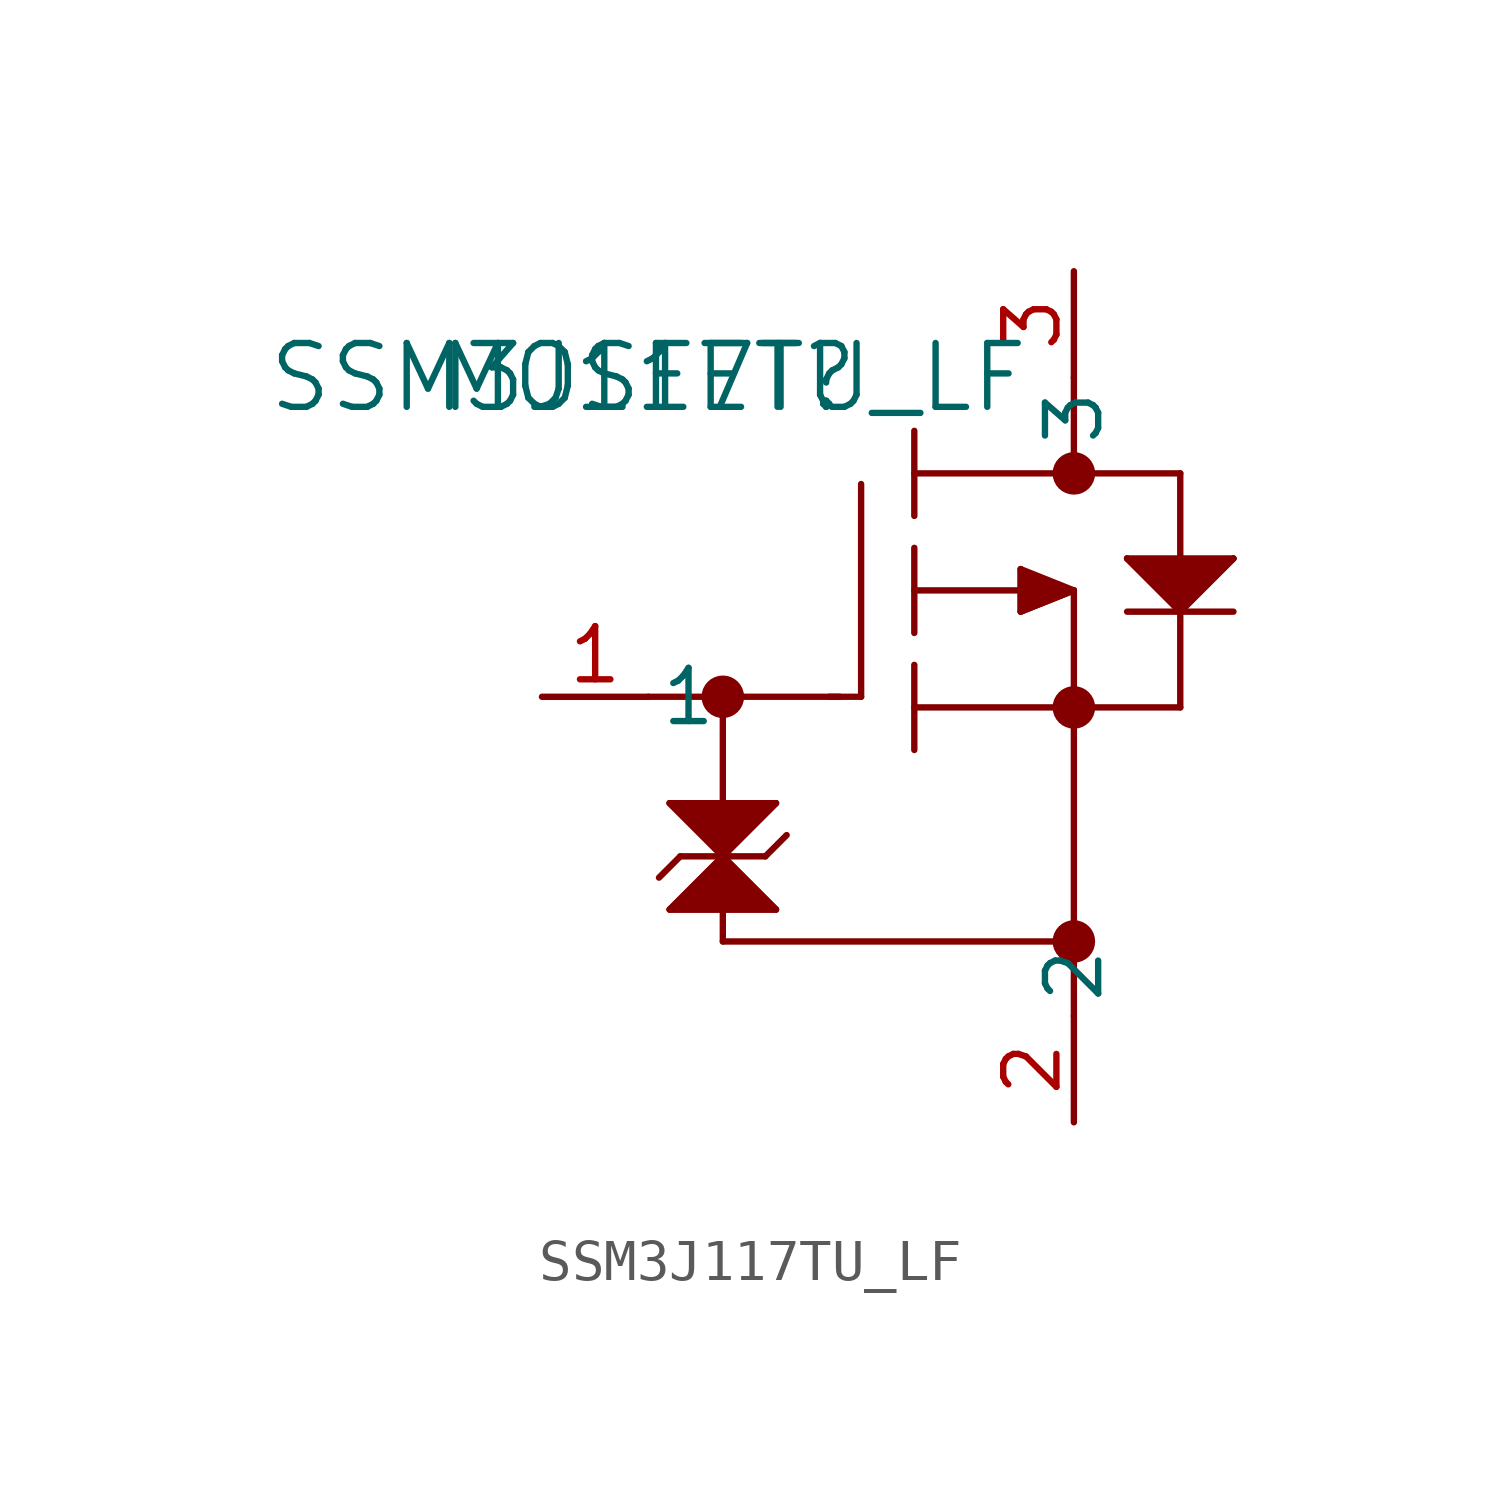
<source format=kicad_sym>
(kicad_symbol_lib
  (version 20211014)
  (generator kicad_symbol_editor)
  (symbol "SSM3J117TU_LF"
    (pin_names
      (offset 0.254))
    (property "Reference" "MOSFET"
      (at 0 0 0)
      (effects (font (size 1.524 1.524))))
    (property "Value" "SSM3J117TU_LF"
      (at 0 0 0)
      (effects (font (size 1.524 1.524))))
    (symbol "SSM3J117TU_LF_0_1"
      (circle (center 1.778 -7.62) (radius 0.254) (stroke (width 0.508) (type default) (color 0 0 0 0)) (fill (type none)))
      (polyline (pts (xy 6.35 -5.08) (xy 8.89 -5.08)) (stroke (width 0.152) (type default) (color 0 0 0 0)) (fill (type none)))
      (polyline (pts (xy 8.89 -4.572) (xy 8.89 -5.588)) (stroke (width 0.152) (type default) (color 0 0 0 0)) (fill (type none)))
      (polyline (pts (xy 8.89 -5.588) (xy 10.16 -5.08)) (stroke (width 0.152) (type default) (color 0 0 0 0)) (fill (type none)))
      (polyline (pts (xy 5.08 -7.62) (xy 5.08 -2.54)) (stroke (width 0.152) (type default) (color 0 0 0 0)) (fill (type none)))
      (polyline (pts (xy 6.35 -6.096) (xy 6.35 -4.064)) (stroke (width 0.152) (type default) (color 0 0 0 0)) (fill (type none)))
      (polyline (pts (xy 6.35 -3.302) (xy 6.35 -1.27)) (stroke (width 0.152) (type default) (color 0 0 0 0)) (fill (type none)))
      (polyline (pts (xy 6.35 -8.89) (xy 6.35 -6.858)) (stroke (width 0.152) (type default) (color 0 0 0 0)) (fill (type none)))
      (polyline (pts (xy 6.35 -7.874) (xy 12.7 -7.874)) (stroke (width 0.152) (type default) (color 0 0 0 0)) (fill (type none)))
      (polyline (pts (xy 8.89 -4.572) (xy 10.16 -5.08)) (stroke (width 0.152) (type default) (color 0 0 0 0)) (fill (type none)))
      (polyline (pts (xy 10.16 -5.08) (xy 10.16 -15.24)) (stroke (width 0.152) (type default) (color 0 0 0 0)) (fill (type none)))
      (polyline (pts (xy 12.7 -2.286) (xy 6.35 -2.286)) (stroke (width 0.152) (type default) (color 0 0 0 0)) (fill (type none)))
      (polyline (pts (xy 10.16 0) (xy 10.16 -2.286)) (stroke (width 0.152) (type default) (color 0 0 0 0)) (fill (type none)))
      (polyline (pts (xy 11.43 -5.588) (xy 13.97 -5.588)) (stroke (width 0.152) (type default) (color 0 0 0 0)) (fill (type none)))
      (polyline (pts (xy 12.7 -4.318) (xy 12.7 -2.286)) (stroke (width 0.152) (type default) (color 0 0 0 0)) (fill (type none)))
      (polyline (pts (xy 12.7 -7.874) (xy 12.7 -5.588)) (stroke (width 0.152) (type default) (color 0 0 0 0)) (fill (type none)))
      (polyline (pts (xy 5.08 -7.62) (xy 4.318 -7.62)) (stroke (width 0.152) (type default) (color 0 0 0 0)) (fill (type none)))
      (polyline (pts (xy 0.762 -11.43) (xy 2.794 -11.43)) (stroke (width 0.152) (type default) (color 0 0 0 0)) (fill (type none)))
      (polyline (pts (xy 0.762 -11.43) (xy 0.254 -11.938)) (stroke (width 0.152) (type default) (color 0 0 0 0)) (fill (type none)))
      (polyline (pts (xy 2.794 -11.43) (xy 3.302 -10.922)) (stroke (width 0.152) (type default) (color 0 0 0 0)) (fill (type none)))
      (polyline (pts (xy 0 -7.62) (xy 4.572 -7.62)) (stroke (width 0.152) (type default) (color 0 0 0 0)) (fill (type none)))
      (polyline (pts (xy 1.778 -7.62) (xy 1.778 -13.462)) (stroke (width 0.152) (type default) (color 0 0 0 0)) (fill (type none)))
      (polyline (pts (xy 1.778 -13.462) (xy 10.16 -13.462)) (stroke (width 0.152) (type default) (color 0 0 0 0)) (fill (type none)))
      (circle (center 10.16 -2.286) (radius 0.254) (stroke (width 0.508) (type default) (color 0 0 0 0)) (fill (type none)))
      (circle (center 10.16 -7.874) (radius 0.254) (stroke (width 0.508) (type default) (color 0 0 0 0)) (fill (type none)))
      (circle (center 10.16 -13.462) (radius 0.254) (stroke (width 0.508) (type default) (color 0 0 0 0)) (fill (type none)))
      (polyline (pts (xy 11.43 -4.318) (xy 13.97 -4.318)) (stroke (width 0.152) (type default) (color 0 0 0 0)) (fill (type none)))
      (polyline (pts (xy 13.97 -4.318) (xy 12.7 -5.588)) (stroke (width 0.152) (type default) (color 0 0 0 0)) (fill (type none)))
      (polyline (pts (xy 11.43 -4.318) (xy 12.7 -5.588)) (stroke (width 0.152) (type default) (color 0 0 0 0)) (fill (type none)))
      (polyline (pts (xy 1.778 -11.43) (xy 0.508 -12.7)) (stroke (width 0.152) (type default) (color 0 0 0 0)) (fill (type none)))
      (polyline (pts (xy 0.508 -12.7) (xy 3.048 -12.7)) (stroke (width 0.152) (type default) (color 0 0 0 0)) (fill (type none)))
      (polyline (pts (xy 3.048 -12.7) (xy 1.778 -11.43)) (stroke (width 0.152) (type default) (color 0 0 0 0)) (fill (type none)))
      (polyline (pts (xy 1.778 -11.43) (xy 0.508 -10.16)) (stroke (width 0.152) (type default) (color 0 0 0 0)) (fill (type none)))
      (polyline (pts (xy 0.508 -10.16) (xy 3.048 -10.16)) (stroke (width 0.152) (type default) (color 0 0 0 0)) (fill (type none)))
      (polyline (pts (xy 3.048 -10.16) (xy 1.778 -11.43)) (stroke (width 0.152) (type default) (color 0 0 0 0)) (fill (type none)))
      (polyline (pts (xy 0.508 -10.16) (xy 1.778 -11.43) (xy 0.508 -12.7) (xy 3.048 -12.7) (xy 1.778 -11.43) (xy 3.048 -10.16)) (stroke (width 0) (type default) (color 0 0 0 0)) (fill (type outline)))
      (polyline (pts (xy 8.89 -4.572) (xy 8.89 -5.588) (xy 10.16 -5.08)) (stroke (width 0) (type default) (color 0 0 0 0)) (fill (type outline)))
      (polyline (pts (xy 11.43 -4.318) (xy 12.7 -5.588) (xy 13.97 -4.318)) (stroke (width 0) (type default) (color 0 0 0 0)) (fill (type outline)))
      (pin unspecified line (at -2.54 -7.62 0) (length 2.54) (name "1" (effects (font (size 1.27 1.27)))) (number "1" (effects (font (size 1.27 1.27)))))
      (pin unspecified line (at 10.16 -17.78 90) (length 2.54) (name "2" (effects (font (size 1.27 1.27)))) (number "2" (effects (font (size 1.27 1.27)))))
      (pin unspecified line (at 10.16 2.54 270) (length 2.54) (name "3" (effects (font (size 1.27 1.27)))) (number "3" (effects (font (size 1.27 1.27))))))))
</source>
